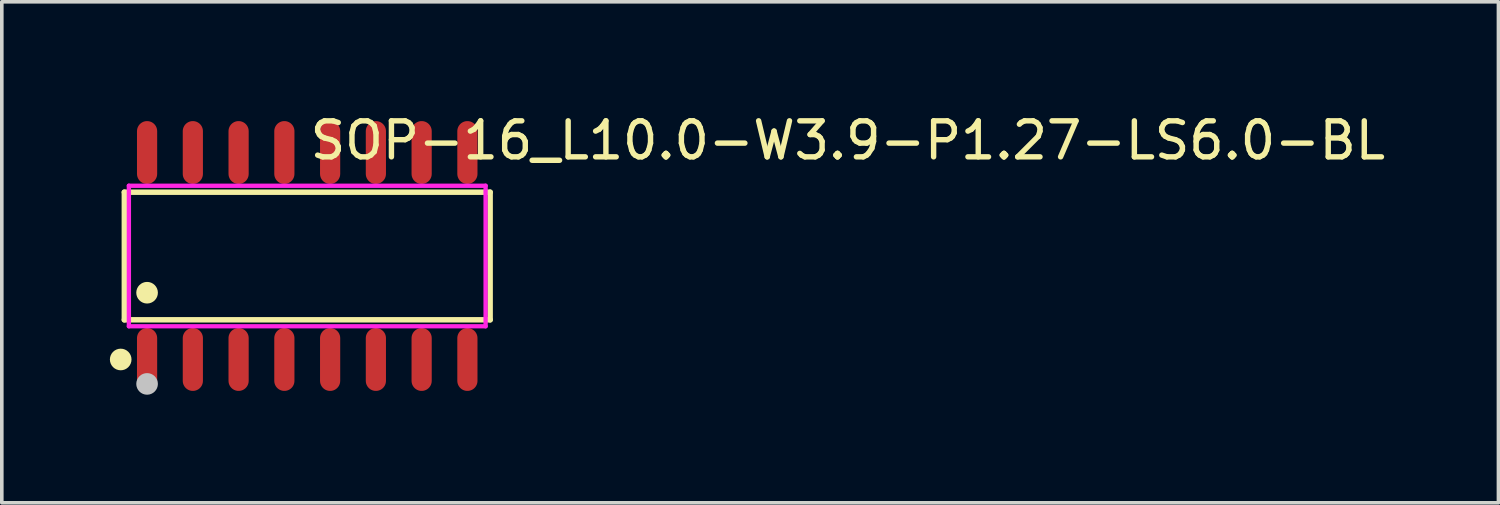
<source format=kicad_pcb>
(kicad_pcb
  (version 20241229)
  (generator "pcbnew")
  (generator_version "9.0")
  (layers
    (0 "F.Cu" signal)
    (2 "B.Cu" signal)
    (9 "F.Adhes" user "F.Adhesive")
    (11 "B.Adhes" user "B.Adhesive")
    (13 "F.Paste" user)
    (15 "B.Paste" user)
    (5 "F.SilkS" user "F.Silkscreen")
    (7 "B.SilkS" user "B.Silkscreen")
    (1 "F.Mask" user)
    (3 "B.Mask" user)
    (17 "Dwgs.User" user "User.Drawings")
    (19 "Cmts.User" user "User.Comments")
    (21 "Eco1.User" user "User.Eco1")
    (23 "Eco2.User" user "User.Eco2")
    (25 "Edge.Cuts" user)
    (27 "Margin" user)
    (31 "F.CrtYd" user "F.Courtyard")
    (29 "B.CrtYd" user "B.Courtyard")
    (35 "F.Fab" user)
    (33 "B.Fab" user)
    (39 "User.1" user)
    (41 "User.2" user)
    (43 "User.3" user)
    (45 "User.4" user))
  (footprint "SOP-16_L10.0-W3.9-P1.27-LS6.0-BL"
    (layer "F.Cu")
    (at 5.477 4.055)
    (property "Reference" "SOP-16_L10.0-W3.9-P1.27-LS6.0-BL" (at 0 -3.207 0) (layer "F.SilkS") (effects (font (size 1 1) (thickness 0.15)) (justify left)))
    (attr through_hole)
    (fp_line (start -5.076 -1.771) (end 5.076 -1.771) (stroke (width 0.152) (type solid)) (layer "F.SilkS"))
    (fp_line (start -5.076 1.771) (end -5.076 -1.771) (stroke (width 0.152) (type solid)) (layer "F.SilkS"))
    (fp_line (start 5.076 -1.771) (end 5.076 1.771) (stroke (width 0.152) (type solid)) (layer "F.SilkS"))
    (fp_line (start 5.076 1.771) (end -5.076 1.771) (stroke (width 0.152) (type solid)) (layer "F.SilkS"))
    (fp_circle (center -5.177 2.872) (end -5.027 2.872) (stroke (width 0.3) (type solid)) (fill no) (layer "F.SilkS"))
    (fp_circle (center -4.445 1.019) (end -4.295 1.019) (stroke (width 0.3) (type solid)) (fill no) (layer "F.SilkS"))
    (fp_circle (center -4.445 3.55) (end -4.295 3.55) (stroke (width 0.3) (type solid)) (fill no) (layer "Dwgs.User"))
    (fp_line (start -4.65 -2.175) (end -4.24 -2.175) (stroke (width 0.12) (type solid)) (layer "Eco2.User"))
    (fp_line (start -4.65 -1.94) (end -4.65 -2.175) (stroke (width 0.12) (type solid)) (layer "Eco2.User"))
    (fp_line (start -4.65 1.94) (end -4.24 1.94) (stroke (width 0.12) (type solid)) (layer "Eco2.User"))
    (fp_line (start -4.65 2.175) (end -4.65 1.94) (stroke (width 0.12) (type solid)) (layer "Eco2.User"))
    (fp_line (start -4.24 -2.175) (end -4.24 -1.94) (stroke (width 0.12) (type solid)) (layer "Eco2.User"))
    (fp_line (start -4.24 -1.94) (end -4.65 -1.94) (stroke (width 0.12) (type solid)) (layer "Eco2.User"))
    (fp_line (start -4.24 1.94) (end -4.24 2.175) (stroke (width 0.12) (type solid)) (layer "Eco2.User"))
    (fp_line (start -4.24 2.175) (end -4.65 2.175) (stroke (width 0.12) (type solid)) (layer "Eco2.User"))
    (fp_line (start -3.38 -2.175) (end -2.97 -2.175) (stroke (width 0.12) (type solid)) (layer "Eco2.User"))
    (fp_line (start -3.38 -1.94) (end -3.38 -2.175) (stroke (width 0.12) (type solid)) (layer "Eco2.User"))
    (fp_line (start -3.38 1.94) (end -2.97 1.94) (stroke (width 0.12) (type solid)) (layer "Eco2.User"))
    (fp_line (start -3.38 2.175) (end -3.38 1.94) (stroke (width 0.12) (type solid)) (layer "Eco2.User"))
    (fp_line (start -2.97 -2.175) (end -2.97 -1.94) (stroke (width 0.12) (type solid)) (layer "Eco2.User"))
    (fp_line (start -2.97 -1.94) (end -3.38 -1.94) (stroke (width 0.12) (type solid)) (layer "Eco2.User"))
    (fp_line (start -2.97 1.94) (end -2.97 2.175) (stroke (width 0.12) (type solid)) (layer "Eco2.User"))
    (fp_line (start -2.97 2.175) (end -3.38 2.175) (stroke (width 0.12) (type solid)) (layer "Eco2.User"))
    (fp_line (start -2.11 -2.175) (end -1.7 -2.175) (stroke (width 0.12) (type solid)) (layer "Eco2.User"))
    (fp_line (start -2.11 -1.94) (end -2.11 -2.175) (stroke (width 0.12) (type solid)) (layer "Eco2.User"))
    (fp_line (start -2.11 1.94) (end -1.7 1.94) (stroke (width 0.12) (type solid)) (layer "Eco2.User"))
    (fp_line (start -2.11 2.175) (end -2.11 1.94) (stroke (width 0.12) (type solid)) (layer "Eco2.User"))
    (fp_line (start -1.7 -2.175) (end -1.7 -1.94) (stroke (width 0.12) (type solid)) (layer "Eco2.User"))
    (fp_line (start -1.7 -1.94) (end -2.11 -1.94) (stroke (width 0.12) (type solid)) (layer "Eco2.User"))
    (fp_line (start -1.7 1.94) (end -1.7 2.175) (stroke (width 0.12) (type solid)) (layer "Eco2.User"))
    (fp_line (start -1.7 2.175) (end -2.11 2.175) (stroke (width 0.12) (type solid)) (layer "Eco2.User"))
    (fp_line (start -0.84 -2.175) (end -0.43 -2.175) (stroke (width 0.12) (type solid)) (layer "Eco2.User"))
    (fp_line (start -0.84 -1.94) (end -0.84 -2.175) (stroke (width 0.12) (type solid)) (layer "Eco2.User"))
    (fp_line (start -0.84 1.94) (end -0.43 1.94) (stroke (width 0.12) (type solid)) (layer "Eco2.User"))
    (fp_line (start -0.84 2.175) (end -0.84 1.94) (stroke (width 0.12) (type solid)) (layer "Eco2.User"))
    (fp_line (start -0.43 -2.175) (end -0.43 -1.94) (stroke (width 0.12) (type solid)) (layer "Eco2.User"))
    (fp_line (start -0.43 -1.94) (end -0.84 -1.94) (stroke (width 0.12) (type solid)) (layer "Eco2.User"))
    (fp_line (start -0.43 1.94) (end -0.43 2.175) (stroke (width 0.12) (type solid)) (layer "Eco2.User"))
    (fp_line (start -0.43 2.175) (end -0.84 2.175) (stroke (width 0.12) (type solid)) (layer "Eco2.User"))
    (fp_line (start 0.43 -2.175) (end 0.84 -2.175) (stroke (width 0.12) (type solid)) (layer "Eco2.User"))
    (fp_line (start 0.43 -1.94) (end 0.43 -2.175) (stroke (width 0.12) (type solid)) (layer "Eco2.User"))
    (fp_line (start 0.43 1.94) (end 0.84 1.94) (stroke (width 0.12) (type solid)) (layer "Eco2.User"))
    (fp_line (start 0.43 2.175) (end 0.43 1.94) (stroke (width 0.12) (type solid)) (layer "Eco2.User"))
    (fp_line (start 0.84 -2.175) (end 0.84 -1.94) (stroke (width 0.12) (type solid)) (layer "Eco2.User"))
    (fp_line (start 0.84 -1.94) (end 0.43 -1.94) (stroke (width 0.12) (type solid)) (layer "Eco2.User"))
    (fp_line (start 0.84 1.94) (end 0.84 2.175) (stroke (width 0.12) (type solid)) (layer "Eco2.User"))
    (fp_line (start 0.84 2.175) (end 0.43 2.175) (stroke (width 0.12) (type solid)) (layer "Eco2.User"))
    (fp_line (start 1.7 -2.175) (end 2.11 -2.175) (stroke (width 0.12) (type solid)) (layer "Eco2.User"))
    (fp_line (start 1.7 -1.94) (end 1.7 -2.175) (stroke (width 0.12) (type solid)) (layer "Eco2.User"))
    (fp_line (start 1.7 1.94) (end 2.11 1.94) (stroke (width 0.12) (type solid)) (layer "Eco2.User"))
    (fp_line (start 1.7 2.175) (end 1.7 1.94) (stroke (width 0.12) (type solid)) (layer "Eco2.User"))
    (fp_line (start 2.11 -2.175) (end 2.11 -1.94) (stroke (width 0.12) (type solid)) (layer "Eco2.User"))
    (fp_line (start 2.11 -1.94) (end 1.7 -1.94) (stroke (width 0.12) (type solid)) (layer "Eco2.User"))
    (fp_line (start 2.11 1.94) (end 2.11 2.175) (stroke (width 0.12) (type solid)) (layer "Eco2.User"))
    (fp_line (start 2.11 2.175) (end 1.7 2.175) (stroke (width 0.12) (type solid)) (layer "Eco2.User"))
    (fp_line (start 2.97 -2.175) (end 3.38 -2.175) (stroke (width 0.12) (type solid)) (layer "Eco2.User"))
    (fp_line (start 2.97 -1.94) (end 2.97 -2.175) (stroke (width 0.12) (type solid)) (layer "Eco2.User"))
    (fp_line (start 2.97 1.94) (end 3.38 1.94) (stroke (width 0.12) (type solid)) (layer "Eco2.User"))
    (fp_line (start 2.97 2.175) (end 2.97 1.94) (stroke (width 0.12) (type solid)) (layer "Eco2.User"))
    (fp_line (start 3.38 -2.175) (end 3.38 -1.94) (stroke (width 0.12) (type solid)) (layer "Eco2.User"))
    (fp_line (start 3.38 -1.94) (end 2.97 -1.94) (stroke (width 0.12) (type solid)) (layer "Eco2.User"))
    (fp_line (start 3.38 1.94) (end 3.38 2.175) (stroke (width 0.12) (type solid)) (layer "Eco2.User"))
    (fp_line (start 3.38 2.175) (end 2.97 2.175) (stroke (width 0.12) (type solid)) (layer "Eco2.User"))
    (fp_line (start 4.24 -2.175) (end 4.65 -2.175) (stroke (width 0.12) (type solid)) (layer "Eco2.User"))
    (fp_line (start 4.24 -1.94) (end 4.24 -2.175) (stroke (width 0.12) (type solid)) (layer "Eco2.User"))
    (fp_line (start 4.24 1.94) (end 4.65 1.94) (stroke (width 0.12) (type solid)) (layer "Eco2.User"))
    (fp_line (start 4.24 2.175) (end 4.24 1.94) (stroke (width 0.12) (type solid)) (layer "Eco2.User"))
    (fp_line (start 4.65 -2.175) (end 4.65 -1.94) (stroke (width 0.12) (type solid)) (layer "Eco2.User"))
    (fp_line (start 4.65 -1.94) (end 4.24 -1.94) (stroke (width 0.12) (type solid)) (layer "Eco2.User"))
    (fp_line (start 4.65 1.94) (end 4.65 2.175) (stroke (width 0.12) (type solid)) (layer "Eco2.User"))
    (fp_line (start 4.65 2.175) (end 4.24 2.175) (stroke (width 0.12) (type solid)) (layer "Eco2.User"))
    (fp_circle (center -5 3.15) (end -4.97 3.15) (stroke (width 0.06) (type solid)) (fill no) (layer "Eco2.User"))
    (fp_poly (pts (xy -4.65 -2.165) (xy -4.65 -3) (xy -4.24 -3) (xy -4.24 -2.165)) (stroke (width 0.12) (type solid)) (fill no) (layer "Eco2.User"))
    (fp_poly (pts (xy -4.65 3) (xy -4.65 2.165) (xy -4.24 2.165) (xy -4.24 3)) (stroke (width 0.12) (type solid)) (fill no) (layer "Eco2.User"))
    (fp_poly (pts (xy -3.38 -2.165) (xy -3.38 -3) (xy -2.97 -3) (xy -2.97 -2.165)) (stroke (width 0.12) (type solid)) (fill no) (layer "Eco2.User"))
    (fp_poly (pts (xy -3.38 3) (xy -3.38 2.165) (xy -2.97 2.165) (xy -2.97 3)) (stroke (width 0.12) (type solid)) (fill no) (layer "Eco2.User"))
    (fp_poly (pts (xy -2.11 -2.165) (xy -2.11 -3) (xy -1.7 -3) (xy -1.7 -2.165)) (stroke (width 0.12) (type solid)) (fill no) (layer "Eco2.User"))
    (fp_poly (pts (xy -2.11 3) (xy -2.11 2.165) (xy -1.7 2.165) (xy -1.7 3)) (stroke (width 0.12) (type solid)) (fill no) (layer "Eco2.User"))
    (fp_poly (pts (xy -0.84 -2.165) (xy -0.84 -3) (xy -0.43 -3) (xy -0.43 -2.165)) (stroke (width 0.12) (type solid)) (fill no) (layer "Eco2.User"))
    (fp_poly (pts (xy -0.84 3) (xy -0.84 2.165) (xy -0.43 2.165) (xy -0.43 3)) (stroke (width 0.12) (type solid)) (fill no) (layer "Eco2.User"))
    (fp_poly (pts (xy 0.43 -2.165) (xy 0.43 -3) (xy 0.84 -3) (xy 0.84 -2.165)) (stroke (width 0.12) (type solid)) (fill no) (layer "Eco2.User"))
    (fp_poly (pts (xy 0.43 3) (xy 0.43 2.165) (xy 0.84 2.165) (xy 0.84 3)) (stroke (width 0.12) (type solid)) (fill no) (layer "Eco2.User"))
    (fp_poly (pts (xy 1.7 -2.165) (xy 1.7 -3) (xy 2.11 -3) (xy 2.11 -2.165)) (stroke (width 0.12) (type solid)) (fill no) (layer "Eco2.User"))
    (fp_poly (pts (xy 1.7 3) (xy 1.7 2.165) (xy 2.11 2.165) (xy 2.11 3)) (stroke (width 0.12) (type solid)) (fill no) (layer "Eco2.User"))
    (fp_poly (pts (xy 2.97 -2.165) (xy 2.97 -3) (xy 3.38 -3) (xy 3.38 -2.165)) (stroke (width 0.12) (type solid)) (fill no) (layer "Eco2.User"))
    (fp_poly (pts (xy 2.97 3) (xy 2.97 2.165) (xy 3.38 2.165) (xy 3.38 3)) (stroke (width 0.12) (type solid)) (fill no) (layer "Eco2.User"))
    (fp_poly (pts (xy 4.24 -2.165) (xy 4.24 -3) (xy 4.65 -3) (xy 4.65 -2.165)) (stroke (width 0.12) (type solid)) (fill no) (layer "Eco2.User"))
    (fp_poly (pts (xy 4.24 3) (xy 4.24 2.165) (xy 4.65 2.165) (xy 4.65 3)) (stroke (width 0.12) (type solid)) (fill no) (layer "Eco2.User"))
    (fp_line (start -4.95 -1.95) (end 4.95 -1.95) (stroke (width 0.12) (type solid)) (layer "F.CrtYd"))
    (fp_line (start -4.95 1.95) (end -4.95 -1.95) (stroke (width 0.12) (type solid)) (layer "F.CrtYd"))
    (fp_line (start 4.95 -1.95) (end 4.95 1.95) (stroke (width 0.12) (type solid)) (layer "F.CrtYd"))
    (fp_line (start 4.95 1.95) (end -4.95 1.95) (stroke (width 0.12) (type solid)) (layer "F.CrtYd"))
    (pad "1" smd oval (at -4.445 2.872) (size 0.56 1.745) (layers "F.Cu" "F.Mask" "F.Paste"))
    (pad "2" smd oval (at -3.175 2.872) (size 0.56 1.745) (layers "F.Cu" "F.Mask" "F.Paste"))
    (pad "3" smd oval (at -1.905 2.872) (size 0.56 1.745) (layers "F.Cu" "F.Mask" "F.Paste"))
    (pad "4" smd oval (at -0.635 2.872) (size 0.56 1.745) (layers "F.Cu" "F.Mask" "F.Paste"))
    (pad "5" smd oval (at 0.635 2.872) (size 0.56 1.745) (layers "F.Cu" "F.Mask" "F.Paste"))
    (pad "6" smd oval (at 1.905 2.872) (size 0.56 1.745) (layers "F.Cu" "F.Mask" "F.Paste"))
    (pad "7" smd oval (at 3.175 2.872) (size 0.56 1.745) (layers "F.Cu" "F.Mask" "F.Paste"))
    (pad "8" smd oval (at 4.445 2.872) (size 0.56 1.745) (layers "F.Cu" "F.Mask" "F.Paste"))
    (pad "9" smd oval (at 4.445 -2.872) (size 0.56 1.745) (layers "F.Cu" "F.Mask" "F.Paste"))
    (pad "10" smd oval (at 3.175 -2.872) (size 0.56 1.745) (layers "F.Cu" "F.Mask" "F.Paste"))
    (pad "11" smd oval (at 1.905 -2.872) (size 0.56 1.745) (layers "F.Cu" "F.Mask" "F.Paste"))
    (pad "12" smd oval (at 0.635 -2.872) (size 0.56 1.745) (layers "F.Cu" "F.Mask" "F.Paste"))
    (pad "13" smd oval (at -0.635 -2.872) (size 0.56 1.745) (layers "F.Cu" "F.Mask" "F.Paste"))
    (pad "14" smd oval (at -1.905 -2.872) (size 0.56 1.745) (layers "F.Cu" "F.Mask" "F.Paste"))
    (pad "15" smd oval (at -3.175 -2.872) (size 0.56 1.745) (layers "F.Cu" "F.Mask" "F.Paste"))
    (pad "16" smd oval (at -4.445 -2.872) (size 0.56 1.745) (layers "F.Cu" "F.Mask" "F.Paste")))
  (gr_rect
    (start -3 -3)
    (end 38.537 10.905)
    (stroke (width 0.1) (type default))
    (fill no)
    (layer "Edge.Cuts")))
</source>
